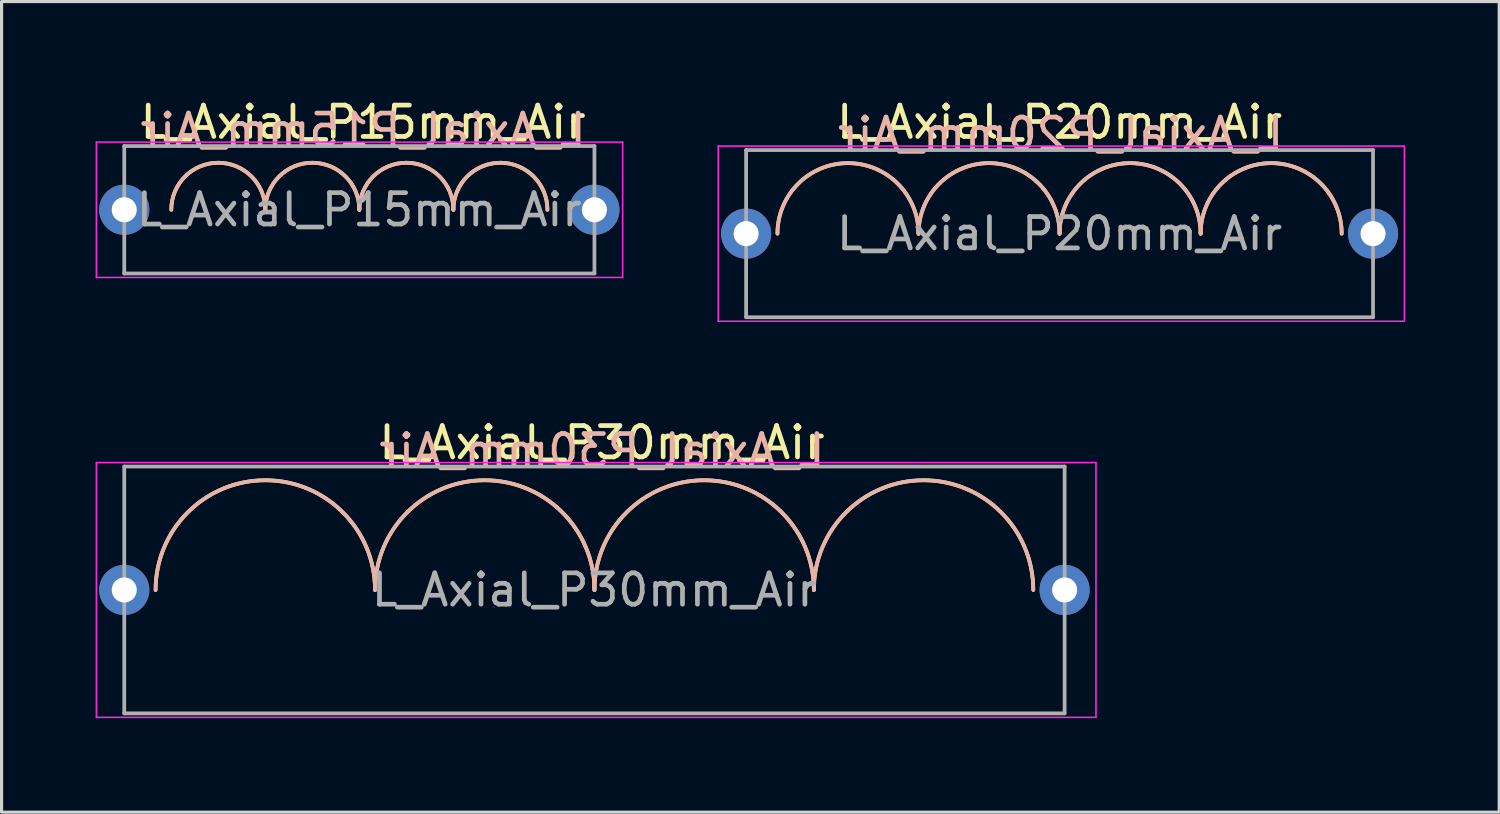
<source format=kicad_pcb>
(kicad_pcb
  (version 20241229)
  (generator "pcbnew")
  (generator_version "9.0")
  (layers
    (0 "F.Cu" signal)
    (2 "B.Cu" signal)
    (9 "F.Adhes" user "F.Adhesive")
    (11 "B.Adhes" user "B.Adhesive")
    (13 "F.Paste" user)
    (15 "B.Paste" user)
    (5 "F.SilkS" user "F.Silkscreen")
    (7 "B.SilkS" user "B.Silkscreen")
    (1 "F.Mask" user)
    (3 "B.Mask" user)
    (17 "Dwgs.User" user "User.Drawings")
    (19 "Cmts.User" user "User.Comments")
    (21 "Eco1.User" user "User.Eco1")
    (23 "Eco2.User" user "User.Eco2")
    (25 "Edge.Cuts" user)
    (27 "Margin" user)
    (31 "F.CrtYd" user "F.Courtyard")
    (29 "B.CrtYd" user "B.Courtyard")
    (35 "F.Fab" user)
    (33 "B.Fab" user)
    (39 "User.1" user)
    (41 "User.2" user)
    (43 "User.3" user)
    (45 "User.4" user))
  (footprint "L_Axial_P30mm_Air"
    (layer "F.Cu")
    (at 0.914 15.771)
    (property "Reference" "L_Axial_P30mm_Air" (at 15.24 -4.699 0) (layer "F.SilkS") (effects (font (size 1 1) (thickness 0.15))))
    (fp_arc (start 1 0) (mid 4.5 -3.5) (end 8 0) (stroke (width 0.12) (type solid)) (layer "F.SilkS"))
    (fp_arc (start 8 0) (mid 11.5 -3.5) (end 15 0) (stroke (width 0.12) (type solid)) (layer "F.SilkS"))
    (fp_arc (start 15 0) (mid 18.5 -3.5) (end 22 0) (stroke (width 0.12) (type solid)) (layer "F.SilkS"))
    (fp_arc (start 22 0) (mid 25.5 -3.5) (end 29 0) (stroke (width 0.12) (type solid)) (layer "F.SilkS"))
    (fp_arc (start 1 0) (mid 4.5 -3.5) (end 8 0) (stroke (width 0.12) (type solid)) (layer "B.SilkS"))
    (fp_arc (start 8 0) (mid 11.5 -3.5) (end 15 0) (stroke (width 0.12) (type solid)) (layer "B.SilkS"))
    (fp_arc (start 15 0) (mid 18.5 -3.5) (end 22 0) (stroke (width 0.12) (type solid)) (layer "B.SilkS"))
    (fp_arc (start 22 0) (mid 25.5 -3.5) (end 29 0) (stroke (width 0.12) (type solid)) (layer "B.SilkS"))
    (fp_line (start -0.889 -4.064) (end -0.889 4.064) (stroke (width 0.05) (type solid)) (layer "F.CrtYd"))
    (fp_line (start -0.889 4.064) (end 31 4.064) (stroke (width 0.05) (type solid)) (layer "F.CrtYd"))
    (fp_line (start 31 -4.064) (end -0.889 -4.064) (stroke (width 0.05) (type solid)) (layer "F.CrtYd"))
    (fp_line (start 31 4.064) (end 31 -4.064) (stroke (width 0.05) (type solid)) (layer "F.CrtYd"))
    (fp_line (start 0 -3.937) (end 30 -3.937) (stroke (width 0.12) (type solid)) (layer "F.Fab"))
    (fp_line (start 0 0) (end 0 -3.937) (stroke (width 0.12) (type solid)) (layer "F.Fab"))
    (fp_line (start 0 0) (end 0 3.937) (stroke (width 0.12) (type solid)) (layer "F.Fab"))
    (fp_line (start 0 3.937) (end 30 3.937) (stroke (width 0.12) (type solid)) (layer "F.Fab"))
    (fp_line (start 30 -3.937) (end 30 0) (stroke (width 0.12) (type solid)) (layer "F.Fab"))
    (fp_line (start 30 3.937) (end 30 0) (stroke (width 0.12) (type solid)) (layer "F.Fab"))
    (fp_text user "${REFERENCE}" (at 15.24 -4.445 0) (layer "B.SilkS") (effects (font (size 1 1) (thickness 0.15)) (justify mirror)))
    (fp_text user "${REFERENCE}" (at 15 0 0) (layer "F.Fab") (effects (font (size 1 1) (thickness 0.15))))
    (pad "1" thru_hole circle (at 0 0) (size 1.6 1.6) (drill 0.8) (layers "*.Cu" "*.Mask"))
    (pad "2" thru_hole oval (at 30 0) (size 1.6 1.6) (drill 0.8) (layers "*.Cu" "*.Mask")))
  (footprint "L_Axial_P15mm_Air"
    (layer "F.Cu")
    (at 0.914 3.642)
    (property "Reference" "L_Axial_P15mm_Air" (at 7.62 -2.794 0) (layer "F.SilkS") (effects (font (size 1 1) (thickness 0.15))))
    (fp_arc (start 1.5 0) (mid 3 -1.5) (end 4.5 0) (stroke (width 0.12) (type solid)) (layer "F.SilkS"))
    (fp_arc (start 4.5 0) (mid 6 -1.5) (end 7.5 0) (stroke (width 0.12) (type solid)) (layer "F.SilkS"))
    (fp_arc (start 7.5 0) (mid 9 -1.5) (end 10.5 0) (stroke (width 0.12) (type solid)) (layer "F.SilkS"))
    (fp_arc (start 10.5 0) (mid 12 -1.5) (end 13.5 0) (stroke (width 0.12) (type solid)) (layer "F.SilkS"))
    (fp_arc (start 1.5 0) (mid 3 -1.5) (end 4.5 0) (stroke (width 0.12) (type solid)) (layer "B.SilkS"))
    (fp_arc (start 4.5 0) (mid 6 -1.5) (end 7.5 0) (stroke (width 0.12) (type solid)) (layer "B.SilkS"))
    (fp_arc (start 7.5 0) (mid 9 -1.5) (end 10.5 0) (stroke (width 0.12) (type solid)) (layer "B.SilkS"))
    (fp_arc (start 10.5 0) (mid 12 -1.5) (end 13.5 0) (stroke (width 0.12) (type solid)) (layer "B.SilkS"))
    (fp_line (start -0.889 -2.159) (end -0.889 2.159) (stroke (width 0.05) (type solid)) (layer "F.CrtYd"))
    (fp_line (start -0.889 2.159) (end 15.9 2.159) (stroke (width 0.05) (type solid)) (layer "F.CrtYd"))
    (fp_line (start 15.9 -2.159) (end -0.889 -2.159) (stroke (width 0.05) (type solid)) (layer "F.CrtYd"))
    (fp_line (start 15.9 2.159) (end 15.9 -2.159) (stroke (width 0.05) (type solid)) (layer "F.CrtYd"))
    (fp_line (start 0 -2.032) (end 15 -2.032) (stroke (width 0.12) (type solid)) (layer "F.Fab"))
    (fp_line (start 0 0) (end 0 -2.032) (stroke (width 0.12) (type solid)) (layer "F.Fab"))
    (fp_line (start 0 2.032) (end 0 0) (stroke (width 0.12) (type solid)) (layer "F.Fab"))
    (fp_line (start 0 2.032) (end 15 2.032) (stroke (width 0.12) (type solid)) (layer "F.Fab"))
    (fp_line (start 15 -2.032) (end 15 0) (stroke (width 0.12) (type solid)) (layer "F.Fab"))
    (fp_line (start 15 2.032) (end 15 0) (stroke (width 0.12) (type solid)) (layer "F.Fab"))
    (fp_text user "${REFERENCE}" (at 7.62 -2.54 0) (layer "B.SilkS") (effects (font (size 1 1) (thickness 0.15)) (justify mirror)))
    (fp_text user "${REFERENCE}" (at 7.5 0 0) (layer "F.Fab") (effects (font (size 1 1) (thickness 0.15))))
    (pad "1" thru_hole circle (at 0 0) (size 1.6 1.6) (drill 0.8) (layers "*.Cu" "*.Mask"))
    (pad "2" thru_hole oval (at 15 0) (size 1.6 1.6) (drill 0.8) (layers "*.Cu" "*.Mask")))
  (footprint "L_Axial_P20mm_Air"
    (layer "F.Cu")
    (at 20.753 4.404)
    (property "Reference" "L_Axial_P20mm_Air" (at 10 -3.556 0) (layer "F.SilkS") (effects (font (size 1 1) (thickness 0.15))))
    (fp_arc (start 1 0) (mid 3.25 -2.25) (end 5.5 0) (stroke (width 0.12) (type solid)) (layer "F.SilkS"))
    (fp_arc (start 5.5 0) (mid 7.75 -2.25) (end 10 0) (stroke (width 0.12) (type solid)) (layer "F.SilkS"))
    (fp_arc (start 10 0) (mid 12.25 -2.25) (end 14.5 0) (stroke (width 0.12) (type solid)) (layer "F.SilkS"))
    (fp_arc (start 14.5 0) (mid 16.75 -2.25) (end 19 0) (stroke (width 0.12) (type solid)) (layer "F.SilkS"))
    (fp_arc (start 1 0) (mid 3.25 -2.25) (end 5.5 0) (stroke (width 0.12) (type solid)) (layer "B.SilkS"))
    (fp_arc (start 5.5 0) (mid 7.75 -2.25) (end 10 0) (stroke (width 0.12) (type solid)) (layer "B.SilkS"))
    (fp_arc (start 10 0) (mid 12.25 -2.25) (end 14.5 0) (stroke (width 0.12) (type solid)) (layer "B.SilkS"))
    (fp_arc (start 14.5 0) (mid 16.75 -2.25) (end 19 0) (stroke (width 0.12) (type solid)) (layer "B.SilkS"))
    (fp_line (start -0.889 -2.794) (end -0.889 2.794) (stroke (width 0.05) (type solid)) (layer "F.CrtYd"))
    (fp_line (start -0.889 2.794) (end 21 2.794) (stroke (width 0.05) (type solid)) (layer "F.CrtYd"))
    (fp_line (start 21 -2.794) (end -0.889 -2.794) (stroke (width 0.05) (type solid)) (layer "F.CrtYd"))
    (fp_line (start 21 2.794) (end 21 -2.794) (stroke (width 0.05) (type solid)) (layer "F.CrtYd"))
    (fp_line (start 0 -2.667) (end 20 -2.667) (stroke (width 0.12) (type solid)) (layer "F.Fab"))
    (fp_line (start 0 0) (end 0 -2.667) (stroke (width 0.12) (type solid)) (layer "F.Fab"))
    (fp_line (start 0 2.667) (end 0 0) (stroke (width 0.12) (type solid)) (layer "F.Fab"))
    (fp_line (start 0 2.667) (end 20 2.667) (stroke (width 0.12) (type solid)) (layer "F.Fab"))
    (fp_line (start 20 -2.667) (end 20 0) (stroke (width 0.12) (type solid)) (layer "F.Fab"))
    (fp_line (start 20 2.667) (end 20 0) (stroke (width 0.12) (type solid)) (layer "F.Fab"))
    (fp_text user "${REFERENCE}" (at 10.033 -3.175 0) (layer "B.SilkS") (effects (font (size 1 1) (thickness 0.15)) (justify mirror)))
    (fp_text user "${REFERENCE}" (at 10 0 0) (layer "F.Fab") (effects (font (size 1 1) (thickness 0.15))))
    (pad "1" thru_hole circle (at 0 0) (size 1.6 1.6) (drill 0.8) (layers "*.Cu" "*.Mask"))
    (pad "2" thru_hole oval (at 20 0) (size 1.6 1.6) (drill 0.8) (layers "*.Cu" "*.Mask")))
  (gr_rect
    (start -3 -3)
    (end 44.778 22.86)
    (stroke (width 0.1) (type default))
    (fill no)
    (layer "Edge.Cuts")))
</source>
